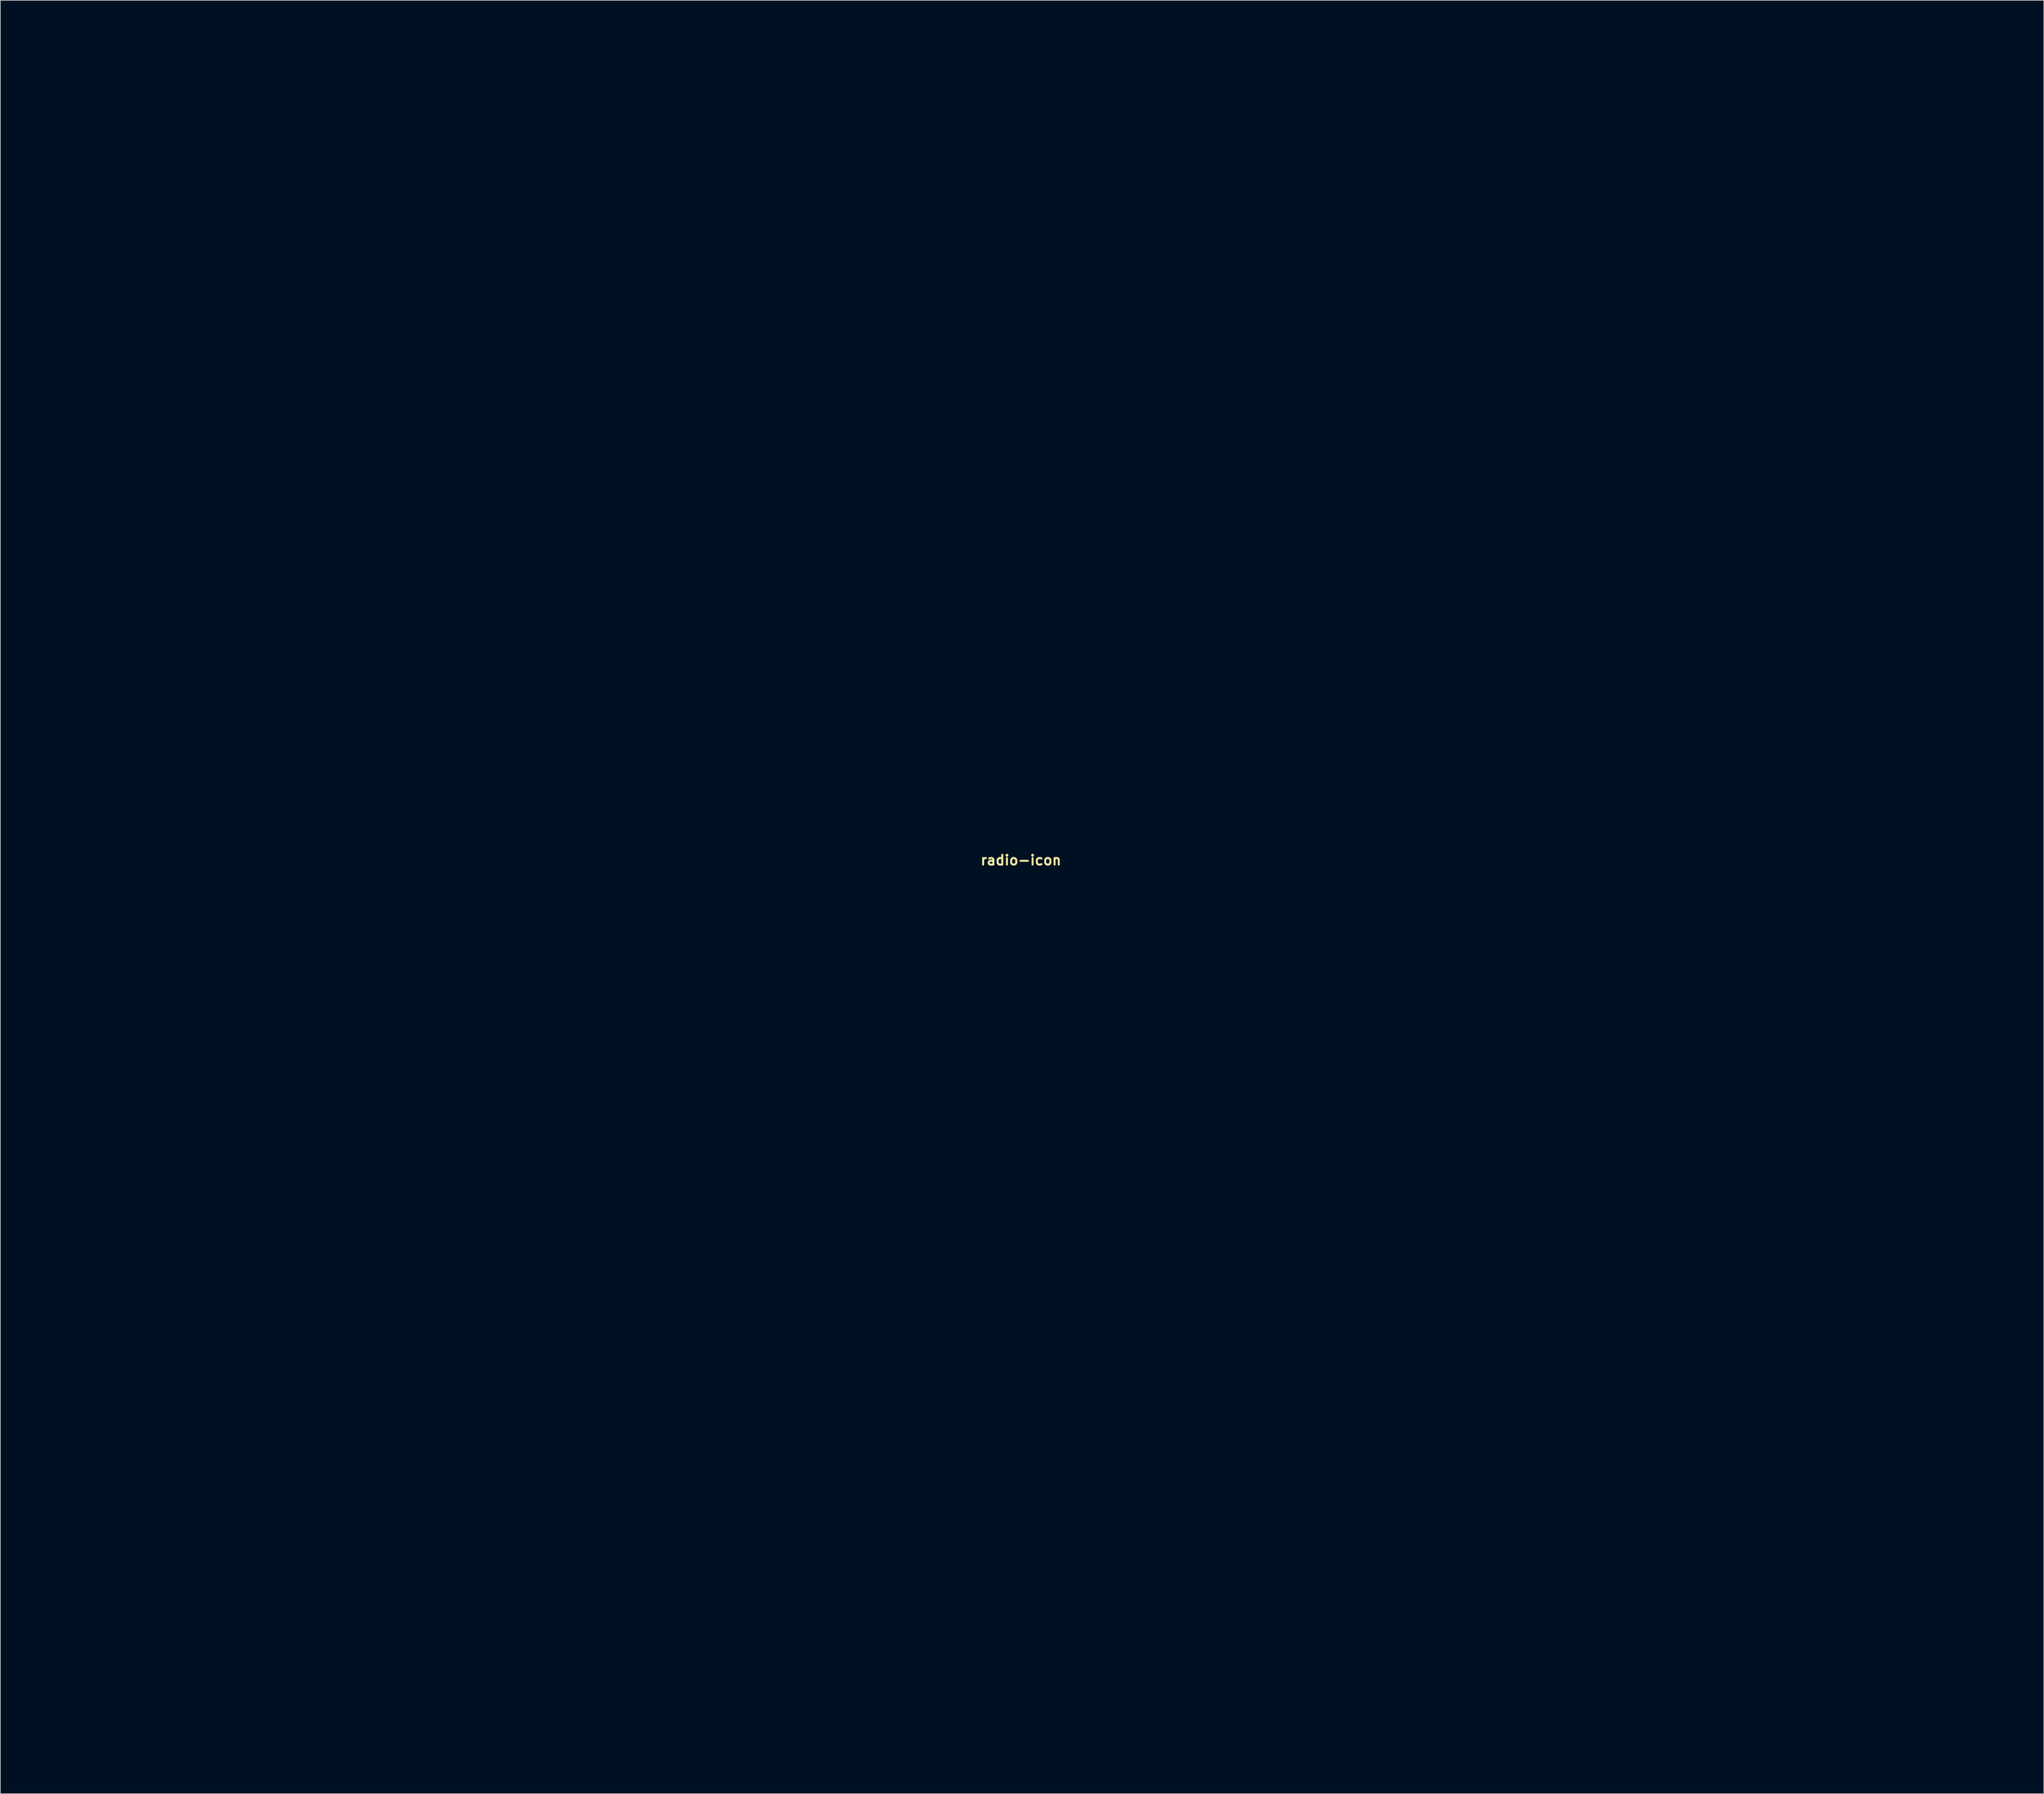
<source format=kicad_pcb>
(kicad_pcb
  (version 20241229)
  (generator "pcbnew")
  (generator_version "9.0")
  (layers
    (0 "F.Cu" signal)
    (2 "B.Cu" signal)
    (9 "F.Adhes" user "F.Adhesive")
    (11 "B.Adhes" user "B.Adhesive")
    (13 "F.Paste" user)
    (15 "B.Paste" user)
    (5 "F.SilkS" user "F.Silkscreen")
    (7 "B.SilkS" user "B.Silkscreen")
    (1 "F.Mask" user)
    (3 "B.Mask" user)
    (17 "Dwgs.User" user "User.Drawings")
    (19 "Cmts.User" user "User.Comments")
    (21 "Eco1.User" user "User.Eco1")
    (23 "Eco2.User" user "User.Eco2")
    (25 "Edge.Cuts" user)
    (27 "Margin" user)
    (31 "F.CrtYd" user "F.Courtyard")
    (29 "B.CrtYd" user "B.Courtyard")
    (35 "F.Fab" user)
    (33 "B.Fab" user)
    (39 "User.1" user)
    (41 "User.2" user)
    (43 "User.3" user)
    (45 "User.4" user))
  (footprint "radio-icon"
    (layer "F.Cu")
    (at 155.613 130.692)
    (property "Reference" "radio-icon" (at 0 0 0) (layer "F.SilkS") (effects (font (size 1.524 1.524) (thickness 0.3))))
    (attr through_hole)
    (fp_poly (pts (xy -19.453 -30.025) (xy -18.873 -29.341) (xy -18.238 -28.402) (xy -16.711 -26.103) (xy -18.085 -25.063) (xy -21.047 -22.416) (xy -23.797 -19.188) (xy -26.156 -15.614) (xy -27.949 -11.932) (xy -27.969 -11.881) (xy -28.968 -8.943) (xy -29.579 -6.074) (xy -29.843 -2.989) (xy -29.808 0.505) (xy -29.326 5.088) (xy -28.271 9.232) (xy -26.587 13.136) (xy -25.923 14.339) (xy -24.869 15.894) (xy -23.385 17.753) (xy -21.654 19.713) (xy -19.864 21.572) (xy -18.199 23.126) (xy -17.053 24.033) (xy -15.876 24.85) (xy -17.418 27.173) (xy -18.206 28.335) (xy -18.802 29.169) (xy -19.079 29.497) (xy -19.081 29.497) (xy -19.432 29.259) (xy -20.276 28.62) (xy -21.469 27.692) (xy -22.262 27.064) (xy -26.186 23.436) (xy -29.476 19.32) (xy -32.1 14.783) (xy -34.024 9.897) (xy -35.216 4.73) (xy -35.641 -0.648) (xy -35.642 -0.863) (xy -35.251 -6.326) (xy -34.09 -11.53) (xy -32.174 -16.437) (xy -29.52 -21.007) (xy -26.145 -25.203) (xy -24.613 -26.753) (xy -22.874 -28.404) (xy -21.61 -29.526) (xy -20.7 -30.149) (xy -20.021 -30.305) (xy -19.453 -30.025)) (stroke (width 0.01) (type solid)) (fill no) (layer "Eco2.User"))
    (fp_poly (pts (xy 21.387 -30.016) (xy 22.402 -29.197) (xy 23.703 -27.98) (xy 25.178 -26.483) (xy 26.712 -24.828) (xy 28.194 -23.135) (xy 29.51 -21.525) (xy 30.547 -20.117) (xy 30.966 -19.46) (xy 33.376 -14.658) (xy 35 -9.811) (xy 35.872 -4.805) (xy 36.052 -1.078) (xy 35.671 4.426) (xy 34.528 9.633) (xy 32.617 14.557) (xy 29.932 19.212) (xy 28.01 21.806) (xy 26.887 23.086) (xy 25.508 24.494) (xy 24.013 25.903) (xy 22.544 27.19) (xy 21.24 28.231) (xy 20.243 28.901) (xy 19.757 29.087) (xy 19.326 28.764) (xy 18.655 27.927) (xy 18.061 27.033) (xy 17.382 25.881) (xy 16.924 25.012) (xy 16.8 24.677) (xy 17.109 24.281) (xy 17.883 23.649) (xy 18.234 23.401) (xy 19.723 22.195) (xy 21.449 20.501) (xy 23.223 18.531) (xy 24.855 16.496) (xy 26.157 14.608) (xy 26.332 14.318) (xy 28.153 10.658) (xy 29.375 6.846) (xy 30.058 2.668) (xy 30.217 0.344) (xy 30.274 -2.398) (xy 30.179 -4.619) (xy 29.912 -6.61) (xy 29.717 -7.568) (xy 28.75 -10.759) (xy 27.291 -14.07) (xy 25.461 -17.308) (xy 23.379 -20.278) (xy 21.166 -22.788) (xy 19.323 -24.376) (xy 18.356 -25.146) (xy 17.741 -25.764) (xy 17.626 -25.979) (xy 17.848 -26.646) (xy 18.423 -27.639) (xy 19.183 -28.725) (xy 19.959 -29.67) (xy 20.581 -30.242) (xy 20.771 -30.316) (xy 21.387 -30.016)) (stroke (width 0.01) (type solid)) (fill no) (layer "Eco2.User"))
    (fp_poly (pts (xy -35.855 -54.949) (xy -35.175 -54.055) (xy -34.26 -52.737) (xy -33.207 -51.132) (xy -30.568 -47.003) (xy -32.178 -45.726) (xy -37.384 -41.248) (xy -41.827 -36.64) (xy -45.565 -31.819) (xy -48.654 -26.702) (xy -51.15 -21.205) (xy -53.11 -15.245) (xy -53.352 -14.339) (xy -54.178 -10.266) (xy -54.697 -5.714) (xy -54.899 -0.972) (xy -54.77 3.675) (xy -54.323 7.778) (xy -53.011 13.698) (xy -50.979 19.628) (xy -48.304 25.376) (xy -45.357 30.313) (xy -44.075 32.034) (xy -42.347 34.075) (xy -40.325 36.284) (xy -38.159 38.507) (xy -35.999 40.592) (xy -33.997 42.384) (xy -32.304 43.73) (xy -31.873 44.027) (xy -29.538 45.563) (xy -32.394 49.82) (xy -33.502 51.437) (xy -34.459 52.772) (xy -35.169 53.693) (xy -35.535 54.072) (xy -35.549 54.075) (xy -35.981 53.84) (xy -36.907 53.209) (xy -38.173 52.289) (xy -39.124 51.573) (xy -44.77 46.772) (xy -49.777 41.491) (xy -54.126 35.78) (xy -57.796 29.69) (xy -60.767 23.271) (xy -63.02 16.573) (xy -64.534 9.646) (xy -65.289 2.542) (xy -65.265 -4.69) (xy -64.462 -11.881) (xy -63.021 -18.307) (xy -60.874 -24.665) (xy -58.085 -30.834) (xy -54.723 -36.692) (xy -50.854 -42.116) (xy -46.545 -46.985) (xy -43.876 -49.501) (xy -41.98 -51.124) (xy -40.173 -52.594) (xy -38.569 -53.825) (xy -37.284 -54.73) (xy -36.434 -55.221) (xy -36.202 -55.284) (xy -35.855 -54.949)) (stroke (width 0.01) (type solid)) (fill no) (layer "Eco2.User"))
    (fp_poly (pts (xy -58.167 -88.89) (xy -57.526 -87.939) (xy -56.572 -86.517) (xy -55.378 -84.73) (xy -54.013 -82.683) (xy -53.775 -82.325) (xy -49.26 -75.546) (xy -53.403 -72.493) (xy -55.708 -70.674) (xy -58.328 -68.406) (xy -61.094 -65.856) (xy -63.832 -63.188) (xy -66.372 -60.568) (xy -68.544 -58.162) (xy -69.715 -56.74) (xy -74.715 -49.71) (xy -79.006 -42.344) (xy -82.57 -34.692) (xy -85.394 -26.806) (xy -87.462 -18.736) (xy -88.758 -10.534) (xy -89.268 -2.248) (xy -88.977 6.069) (xy -88.874 7.201) (xy -87.642 15.744) (xy -85.644 24.032) (xy -82.904 32.025) (xy -79.444 39.683) (xy -75.289 46.964) (xy -70.46 53.83) (xy -64.98 60.238) (xy -58.873 66.15) (xy -52.373 71.37) (xy -48.415 74.264) (xy -52.987 81.162) (xy -54.384 83.253) (xy -55.633 85.09) (xy -56.663 86.571) (xy -57.401 87.593) (xy -57.777 88.054) (xy -57.803 88.07) (xy -58.207 87.844) (xy -59.135 87.221) (xy -60.458 86.289) (xy -62.042 85.142) (xy -62.31 84.945) (xy -69.723 79.001) (xy -76.498 72.545) (xy -82.636 65.574) (xy -88.022 58.261) (xy -92.827 50.39) (xy -96.906 42.173) (xy -100.248 33.664) (xy -102.842 24.917) (xy -104.678 15.986) (xy -105.745 6.925) (xy -106.032 -2.212) (xy -105.528 -11.37) (xy -104.222 -20.497) (xy -104.026 -21.508) (xy -101.86 -30.367) (xy -98.934 -39.002) (xy -95.286 -47.355) (xy -90.951 -55.365) (xy -85.965 -62.974) (xy -80.363 -70.122) (xy -74.182 -76.75) (xy -67.457 -82.798) (xy -66.445 -83.619) (xy -64.491 -85.152) (xy -62.638 -86.549) (xy -60.995 -87.736) (xy -59.672 -88.633) (xy -58.777 -89.165) (xy -58.426 -89.265) (xy -58.167 -88.89)) (stroke (width 0.01) (type solid)) (fill no) (layer "Eco2.User"))
    (fp_poly (pts (xy 37.012 -55.052) (xy 37.996 -54.536) (xy 39.354 -53.597) (xy 40.989 -52.318) (xy 42.803 -50.782) (xy 44.698 -49.07) (xy 46.577 -47.267) (xy 48.343 -45.455) (xy 49.892 -43.721) (xy 54.4 -37.783) (xy 58.174 -31.522) (xy 61.203 -24.987) (xy 63.477 -18.226) (xy 64.988 -11.289) (xy 65.726 -4.223) (xy 65.68 2.923) (xy 64.84 10.1) (xy 63.198 17.261) (xy 62.593 19.255) (xy 60.023 25.959) (xy 56.718 32.337) (xy 52.722 38.319) (xy 48.077 43.835) (xy 46.026 45.916) (xy 44.659 47.194) (xy 43.07 48.602) (xy 41.387 50.036) (xy 39.736 51.396) (xy 38.243 52.576) (xy 37.035 53.475) (xy 36.238 53.989) (xy 36.015 54.07) (xy 35.74 53.745) (xy 35.109 52.863) (xy 34.213 51.552) (xy 33.142 49.944) (xy 33 49.728) (xy 31.817 47.897) (xy 31.055 46.625) (xy 30.661 45.8) (xy 30.584 45.312) (xy 30.77 45.049) (xy 30.796 45.033) (xy 32.66 43.8) (xy 34.855 42.04) (xy 37.236 39.895) (xy 39.659 37.506) (xy 41.978 35.014) (xy 44.049 32.559) (xy 45.279 30.931) (xy 48.467 25.818) (xy 51.144 20.21) (xy 53.227 14.308) (xy 54.634 8.317) (xy 54.714 7.841) (xy 55.037 5.058) (xy 55.204 1.762) (xy 55.221 -1.798) (xy 55.093 -5.371) (xy 54.827 -8.709) (xy 54.426 -11.562) (xy 54.28 -12.29) (xy 52.47 -18.691) (xy 49.936 -24.814) (xy 46.725 -30.58) (xy 42.886 -35.912) (xy 38.469 -40.73) (xy 34.454 -44.238) (xy 32.97 -45.424) (xy 32.042 -46.235) (xy 31.575 -46.791) (xy 31.473 -47.211) (xy 31.641 -47.617) (xy 31.693 -47.699) (xy 32.163 -48.425) (xy 32.933 -49.624) (xy 33.865 -51.08) (xy 34.209 -51.619) (xy 35.125 -53.038) (xy 35.895 -54.203) (xy 36.399 -54.931) (xy 36.502 -55.062) (xy 37.012 -55.052)) (stroke (width 0.01) (type solid)) (fill no) (layer "Eco2.User"))
    (fp_poly (pts (xy 64.217 -85.666) (xy 71.332 -79.804) (xy 77.863 -73.383) (xy 83.788 -66.44) (xy 89.086 -59.012) (xy 93.735 -51.134) (xy 97.713 -42.845) (xy 101.001 -34.18) (xy 103.575 -25.176) (xy 105.416 -15.87) (xy 105.554 -14.953) (xy 105.892 -11.954) (xy 106.13 -8.373) (xy 106.267 -4.416) (xy 106.304 -0.291) (xy 106.241 3.794) (xy 106.078 7.634) (xy 105.814 11.02) (xy 105.555 13.11) (xy 103.724 22.679) (xy 101.214 31.796) (xy 98.015 40.477) (xy 94.12 48.737) (xy 89.521 56.595) (xy 84.209 64.064) (xy 78.176 71.163) (xy 74.996 74.47) (xy 72.21 77.123) (xy 69.056 79.903) (xy 65.779 82.607) (xy 62.624 85.031) (xy 60.666 86.419) (xy 58.174 88.111) (xy 53.827 81.456) (xy 52.471 79.371) (xy 51.273 77.508) (xy 50.303 75.982) (xy 49.633 74.904) (xy 49.336 74.388) (xy 49.33 74.374) (xy 49.581 73.976) (xy 50.377 73.231) (xy 51.586 72.253) (xy 52.755 71.386) (xy 59.147 66.312) (xy 65.066 60.608) (xy 70.456 54.347) (xy 75.266 47.603) (xy 79.44 40.45) (xy 82.925 32.961) (xy 84.997 27.343) (xy 87.307 19.058) (xy 88.818 10.722) (xy 89.54 2.383) (xy 89.486 -5.911) (xy 88.665 -14.115) (xy 87.089 -22.181) (xy 84.769 -30.063) (xy 81.716 -37.714) (xy 77.94 -45.086) (xy 73.454 -52.133) (xy 68.268 -58.808) (xy 63.521 -63.95) (xy 61.587 -65.823) (xy 59.433 -67.796) (xy 57.198 -69.752) (xy 55.022 -71.574) (xy 53.044 -73.143) (xy 51.403 -74.343) (xy 50.468 -74.936) (xy 50.297 -75.168) (xy 50.357 -75.625) (xy 50.696 -76.397) (xy 51.361 -77.579) (xy 52.398 -79.261) (xy 53.693 -81.287) (xy 55.021 -83.332) (xy 56.255 -85.206) (xy 57.301 -86.771) (xy 58.067 -87.887) (xy 58.401 -88.345) (xy 59.243 -89.411) (xy 64.217 -85.666)) (stroke (width 0.01) (type solid)) (fill no) (layer "Eco2.User"))
    (fp_poly (pts (xy 1.697 -9.936) (xy 3.802 -9.313) (xy 5.914 -8.104) (xy 7.759 -6.495) (xy 8.793 -5.153) (xy 9.48 -3.924) (xy 9.855 -2.831) (xy 10.006 -1.524) (xy 10.025 -0.237) (xy 9.916 1.791) (xy 9.57 3.333) (xy 9.133 4.33) (xy 8.404 5.44) (xy 7.398 6.644) (xy 6.296 7.761) (xy 5.281 8.608) (xy 4.534 9.004) (xy 4.447 9.013) (xy 4.28 9.256) (xy 4.178 10.033) (xy 4.14 11.411) (xy 4.163 13.459) (xy 4.246 16.246) (xy 4.263 16.694) (xy 4.352 19.018) (xy 4.474 21.997) (xy 4.626 25.573) (xy 4.804 29.688) (xy 5.007 34.284) (xy 5.231 39.302) (xy 5.473 44.686) (xy 5.731 50.376) (xy 6.003 56.315) (xy 6.285 62.445) (xy 6.575 68.707) (xy 6.87 75.044) (xy 7.167 81.398) (xy 7.464 87.71) (xy 7.758 93.923) (xy 8.045 99.978) (xy 8.325 105.818) (xy 8.592 111.384) (xy 8.846 116.619) (xy 9.083 121.464) (xy 9.301 125.861) (xy 9.496 129.753) (xy 9.667 133.081) (xy 9.81 135.787) (xy 9.922 137.814) (xy 10.001 139.102) (xy 10.023 139.393) (xy 10.248 142.158) (xy -9.909 142.158) (xy -9.654 138.369) (xy -9.576 137.085) (xy -9.464 135.042) (xy -9.32 132.303) (xy -9.146 128.926) (xy -8.947 124.972) (xy -8.725 120.501) (xy -8.482 115.575) (xy -8.222 110.253) (xy -7.947 104.596) (xy -7.661 98.665) (xy -7.365 92.519) (xy -7.064 86.219) (xy -6.76 79.826) (xy -6.455 73.399) (xy -6.153 67) (xy -5.857 60.689) (xy -5.569 54.526) (xy -5.292 48.571) (xy -5.03 42.886) (xy -4.784 37.53) (xy -4.559 32.563) (xy -4.356 28.048) (xy -4.179 24.042) (xy -4.03 20.608) (xy -3.912 17.806) (xy -3.852 16.285) (xy -3.759 13.477) (xy -3.729 11.417) (xy -3.765 10.033) (xy -3.867 9.255) (xy -4.037 9.013) (xy -4.721 8.711) (xy -5.704 7.928) (xy -6.804 6.844) (xy -7.839 5.642) (xy -8.627 4.503) (xy -8.723 4.33) (xy -9.282 2.942) (xy -9.557 1.298) (xy -9.615 -0.237) (xy -9.573 -1.919) (xy -9.37 -3.132) (xy -8.92 -4.225) (xy -8.388 -5.142) (xy -6.625 -7.253) (xy -4.363 -8.824) (xy -1.781 -9.769) (xy 0.947 -10.006) (xy 1.697 -9.936)) (stroke (width 0.01) (type solid)) (fill no) (layer "Eco2.User"))
    (fp_poly (pts (xy 86.952 -130.445) (xy 87.98 -129.774) (xy 89.43 -128.755) (xy 91.194 -127.469) (xy 93.162 -125.999) (xy 95.225 -124.426) (xy 97.275 -122.83) (xy 99.202 -121.295) (xy 100.897 -119.9) (xy 100.985 -119.825) (xy 103.872 -117.279) (xy 107.087 -114.249) (xy 110.467 -110.903) (xy 113.846 -107.413) (xy 117.061 -103.947) (xy 119.945 -100.674) (xy 121.894 -98.323) (xy 128.678 -89.188) (xy 134.735 -79.688) (xy 140.054 -69.851) (xy 144.627 -59.705) (xy 148.443 -49.278) (xy 151.494 -38.599) (xy 153.77 -27.697) (xy 155.261 -16.599) (xy 155.958 -5.334) (xy 155.951 3.277) (xy 155.24 14.692) (xy 153.74 25.886) (xy 151.456 36.848) (xy 148.392 47.565) (xy 144.553 58.024) (xy 139.942 68.212) (xy 134.563 78.118) (xy 128.421 87.729) (xy 127.95 88.409) (xy 122.746 95.378) (xy 116.935 102.267) (xy 110.658 108.933) (xy 104.056 115.236) (xy 97.27 121.036) (xy 90.441 126.192) (xy 89.248 127.02) (xy 87.767 128.023) (xy 86.551 128.826) (xy 85.748 129.332) (xy 85.506 129.458) (xy 85.243 129.129) (xy 84.591 128.199) (xy 83.604 126.752) (xy 82.342 124.873) (xy 80.861 122.647) (xy 79.218 120.16) (xy 78.713 119.391) (xy 77.038 116.831) (xy 75.52 114.491) (xy 74.215 112.461) (xy 73.178 110.826) (xy 72.466 109.675) (xy 72.134 109.096) (xy 72.116 109.047) (xy 72.439 108.706) (xy 73.286 108.044) (xy 74.493 107.189) (xy 74.882 106.926) (xy 80.628 102.756) (xy 86.422 97.941) (xy 92.107 92.632) (xy 97.528 86.976) (xy 102.527 81.122) (xy 104.315 78.837) (xy 110.257 70.381) (xy 115.474 61.591) (xy 119.961 52.508) (xy 123.713 43.176) (xy 126.728 33.638) (xy 128.999 23.937) (xy 130.524 14.115) (xy 131.297 4.215) (xy 131.315 -5.719) (xy 130.574 -15.645) (xy 129.068 -25.52) (xy 126.794 -35.301) (xy 123.747 -44.945) (xy 119.923 -54.41) (xy 118.011 -58.471) (xy 114.726 -64.81) (xy 111.358 -70.586) (xy 107.743 -76.052) (xy 103.715 -81.461) (xy 100.333 -85.623) (xy 97.043 -89.349) (xy 93.369 -93.174) (xy 89.459 -96.96) (xy 85.464 -100.57) (xy 81.533 -103.867) (xy 77.814 -106.716) (xy 75.534 -108.294) (xy 74.292 -109.144) (xy 73.372 -109.838) (xy 72.943 -110.247) (xy 72.931 -110.281) (xy 73.145 -110.711) (xy 73.747 -111.709) (xy 74.668 -113.173) (xy 75.842 -114.998) (xy 77.198 -117.081) (xy 78.67 -119.32) (xy 80.187 -121.612) (xy 81.683 -123.852) (xy 83.088 -125.938) (xy 84.334 -127.767) (xy 85.353 -129.235) (xy 86.076 -130.239) (xy 86.436 -130.677) (xy 86.456 -130.687) (xy 86.952 -130.445)) (stroke (width 0.01) (type solid)) (fill no) (layer "Eco2.User"))
    (fp_poly (pts (xy -85.676 -130.36) (xy -85.006 -129.448) (xy -84.03 -128.056) (xy -82.818 -126.287) (xy -81.438 -124.246) (xy -79.959 -122.036) (xy -78.451 -119.762) (xy -76.983 -117.529) (xy -75.624 -115.439) (xy -74.442 -113.597) (xy -73.507 -112.107) (xy -72.888 -111.074) (xy -72.656 -110.613) (xy -72.918 -110.048) (xy -73.846 -109.185) (xy -75.274 -108.155) (xy -80.295 -104.524) (xy -85.46 -100.26) (xy -90.628 -95.499) (xy -95.66 -90.377) (xy -100.414 -85.028) (xy -104.729 -79.619) (xy -110.226 -71.665) (xy -115.198 -63.173) (xy -119.572 -54.288) (xy -123.278 -45.153) (xy -125.972 -36.871) (xy -128.401 -26.954) (xy -130.03 -16.96) (xy -130.873 -6.932) (xy -130.94 3.085) (xy -130.243 13.045) (xy -128.794 22.905) (xy -126.604 32.62) (xy -123.685 42.146) (xy -120.048 51.437) (xy -115.705 60.45) (xy -110.668 69.139) (xy -104.947 77.461) (xy -98.556 85.371) (xy -92.579 91.76) (xy -89.586 94.638) (xy -86.277 97.619) (xy -82.838 100.55) (xy -79.452 103.276) (xy -76.303 105.643) (xy -74.457 106.926) (xy -72.963 108.009) (xy -72.068 108.856) (xy -71.835 109.384) (xy -72.094 109.888) (xy -72.733 110.947) (xy -73.684 112.456) (xy -74.877 114.311) (xy -76.244 116.408) (xy -77.715 118.644) (xy -79.222 120.914) (xy -80.696 123.115) (xy -82.067 125.142) (xy -83.267 126.893) (xy -84.227 128.262) (xy -84.877 129.146) (xy -85.146 129.441) (xy -85.576 129.214) (xy -86.52 128.614) (xy -87.824 127.742) (xy -88.854 127.032) (xy -94.476 122.877) (xy -100.217 118.182) (xy -105.902 113.113) (xy -111.354 107.832) (xy -116.397 102.504) (xy -120.856 97.293) (xy -121.016 97.094) (xy -127.861 87.911) (xy -133.98 78.353) (xy -139.365 68.444) (xy -144.006 58.208) (xy -147.893 47.667) (xy -151.017 36.847) (xy -153.369 25.769) (xy -154.94 14.459) (xy -155.287 10.652) (xy -155.511 6.661) (xy -155.608 2.098) (xy -155.586 -2.801) (xy -155.45 -7.804) (xy -155.207 -12.675) (xy -154.862 -17.18) (xy -154.465 -20.771) (xy -152.563 -32.073) (xy -149.896 -43.082) (xy -146.467 -53.79) (xy -142.279 -64.193) (xy -137.334 -74.283) (xy -131.635 -84.055) (xy -125.185 -93.502) (xy -121.341 -98.527) (xy -119.541 -100.681) (xy -117.264 -103.231) (xy -114.636 -106.053) (xy -111.78 -109.02) (xy -108.823 -112.006) (xy -105.889 -114.885) (xy -103.104 -117.531) (xy -100.592 -119.818) (xy -98.478 -121.62) (xy -98.323 -121.745) (xy -96.581 -123.115) (xy -94.664 -124.582) (xy -92.687 -126.06) (xy -90.768 -127.467) (xy -89.022 -128.716) (xy -87.566 -129.726) (xy -86.516 -130.41) (xy -85.989 -130.685) (xy -85.972 -130.687) (xy -85.676 -130.36)) (stroke (width 0.01) (type solid)) (fill no) (layer "Eco2.User")))
  (gr_rect
    (start -3 -3)
    (end 314.576 275.855)
    (stroke (width 0.1) (type default))
    (fill no)
    (layer "Edge.Cuts")))
</source>
